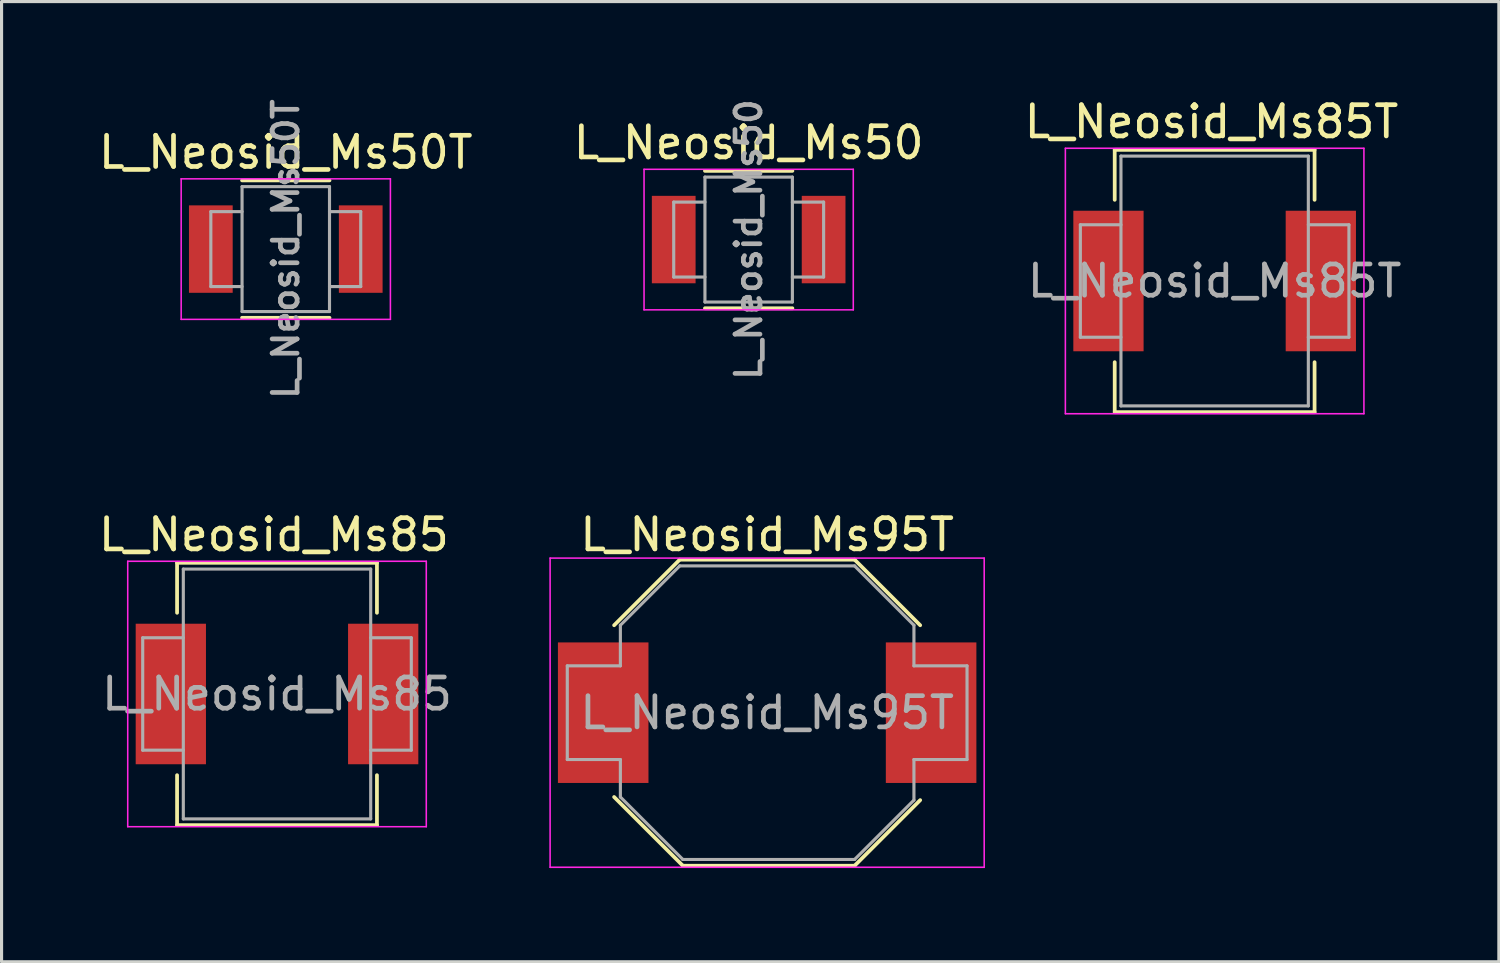
<source format=kicad_pcb>
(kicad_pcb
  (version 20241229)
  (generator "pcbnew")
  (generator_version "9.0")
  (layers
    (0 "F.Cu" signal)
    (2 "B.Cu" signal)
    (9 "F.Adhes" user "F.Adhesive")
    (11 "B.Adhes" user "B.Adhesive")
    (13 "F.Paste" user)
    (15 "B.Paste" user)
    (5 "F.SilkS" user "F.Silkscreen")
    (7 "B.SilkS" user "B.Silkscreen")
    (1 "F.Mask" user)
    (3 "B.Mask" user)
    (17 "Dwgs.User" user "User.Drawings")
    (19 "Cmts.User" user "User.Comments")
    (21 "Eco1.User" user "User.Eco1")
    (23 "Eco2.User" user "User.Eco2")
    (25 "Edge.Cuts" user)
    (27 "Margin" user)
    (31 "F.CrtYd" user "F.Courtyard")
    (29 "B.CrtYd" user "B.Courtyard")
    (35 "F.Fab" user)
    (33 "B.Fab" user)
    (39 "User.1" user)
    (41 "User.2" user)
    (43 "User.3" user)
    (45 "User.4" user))
  (footprint "L_Neosid_Ms50T"
    (layer "F.Cu")
    (at 6.101 4.926)
    (property "Reference" "L_Neosid_Ms50T" (at 0 -3.1 0) (layer "F.SilkS") (effects (font (size 1 1) (thickness 0.15))))
    (attr smd)
    (fp_line (start -1.4 2.2) (end 1.4 2.2) (stroke (width 0.12) (type solid)) (layer "F.SilkS"))
    (fp_line (start 1.4 -2.2) (end -1.4 -2.2) (stroke (width 0.12) (type solid)) (layer "F.SilkS"))
    (fp_line (start -3.35 -2.25) (end -3.35 2.25) (stroke (width 0.05) (type solid)) (layer "F.CrtYd"))
    (fp_line (start -3.35 -2.25) (end 3.35 -2.25) (stroke (width 0.05) (type solid)) (layer "F.CrtYd"))
    (fp_line (start 3.35 2.25) (end -3.35 2.25) (stroke (width 0.05) (type solid)) (layer "F.CrtYd"))
    (fp_line (start 3.35 2.25) (end 3.35 -2.25) (stroke (width 0.05) (type solid)) (layer "F.CrtYd"))
    (fp_line (start -2.4 -1.2) (end -2.4 1.2) (stroke (width 0.1) (type solid)) (layer "F.Fab"))
    (fp_line (start -2.4 -1.2) (end -1.4 -1.2) (stroke (width 0.1) (type solid)) (layer "F.Fab"))
    (fp_line (start -2.4 1.2) (end -1.4 1.2) (stroke (width 0.1) (type solid)) (layer "F.Fab"))
    (fp_line (start -1.4 -2) (end -1.4 2) (stroke (width 0.1) (type solid)) (layer "F.Fab"))
    (fp_line (start -1.4 2) (end 1.4 2) (stroke (width 0.1) (type solid)) (layer "F.Fab"))
    (fp_line (start 1.4 -2) (end -1.4 -2) (stroke (width 0.1) (type solid)) (layer "F.Fab"))
    (fp_line (start 1.4 1.2) (end 2.4 1.2) (stroke (width 0.1) (type solid)) (layer "F.Fab"))
    (fp_line (start 1.4 2) (end 1.4 -2) (stroke (width 0.1) (type solid)) (layer "F.Fab"))
    (fp_line (start 2.4 -1.2) (end 1.4 -1.2) (stroke (width 0.1) (type solid)) (layer "F.Fab"))
    (fp_line (start 2.4 1.2) (end 2.4 -1.2) (stroke (width 0.1) (type solid)) (layer "F.Fab"))
    (fp_text user "${REFERENCE}" (at 0 0 90) (layer "F.Fab") (effects (font (size 0.8 0.8) (thickness 0.15))))
    (pad "1" smd rect (at -2.4 0) (size 1.4 2.8) (layers "F.Cu" "F.Mask" "F.Paste"))
    (pad "2" smd rect (at 2.4 0) (size 1.4 2.8) (layers "F.Cu" "F.Mask" "F.Paste")))
  (footprint "L_Neosid_Ms85"
    (layer "F.Cu")
    (at 5.82 19.172)
    (property "Reference" "L_Neosid_Ms85" (at -0.1 -5.1 0) (layer "F.SilkS") (effects (font (size 1 1) (thickness 0.15))))
    (attr smd)
    (fp_line (start -3.2 -4.2) (end -3.2 -2.6) (stroke (width 0.12) (type solid)) (layer "F.SilkS"))
    (fp_line (start -3.2 2.6) (end -3.2 4.2) (stroke (width 0.12) (type solid)) (layer "F.SilkS"))
    (fp_line (start -3.2 4.2) (end 3.2 4.2) (stroke (width 0.12) (type solid)) (layer "F.SilkS"))
    (fp_line (start 3.2 -4.2) (end -3.2 -4.2) (stroke (width 0.12) (type solid)) (layer "F.SilkS"))
    (fp_line (start 3.2 -2.6) (end 3.2 -4.2) (stroke (width 0.12) (type solid)) (layer "F.SilkS"))
    (fp_line (start 3.2 4.2) (end 3.2 2.6) (stroke (width 0.12) (type solid)) (layer "F.SilkS"))
    (fp_line (start -4.78 -4.25) (end -4.78 4.25) (stroke (width 0.05) (type solid)) (layer "F.CrtYd"))
    (fp_line (start -4.78 -4.25) (end 4.78 -4.25) (stroke (width 0.05) (type solid)) (layer "F.CrtYd"))
    (fp_line (start 4.78 4.25) (end -4.78 4.25) (stroke (width 0.05) (type solid)) (layer "F.CrtYd"))
    (fp_line (start 4.78 4.25) (end 4.78 -4.25) (stroke (width 0.05) (type solid)) (layer "F.CrtYd"))
    (fp_line (start -4.3 -1.8) (end -4.3 1.8) (stroke (width 0.1) (type solid)) (layer "F.Fab"))
    (fp_line (start -4.3 -1.8) (end -3 -1.8) (stroke (width 0.1) (type solid)) (layer "F.Fab"))
    (fp_line (start -4.3 1.8) (end -3 1.8) (stroke (width 0.1) (type solid)) (layer "F.Fab"))
    (fp_line (start -3 -4) (end 3 -4) (stroke (width 0.1) (type solid)) (layer "F.Fab"))
    (fp_line (start -3 4) (end -3 -4) (stroke (width 0.1) (type solid)) (layer "F.Fab"))
    (fp_line (start 3 -4) (end 3 4) (stroke (width 0.1) (type solid)) (layer "F.Fab"))
    (fp_line (start 3 1.8) (end 4.3 1.8) (stroke (width 0.1) (type solid)) (layer "F.Fab"))
    (fp_line (start 3 4) (end -3 4) (stroke (width 0.1) (type solid)) (layer "F.Fab"))
    (fp_line (start 4.3 -1.8) (end 3 -1.8) (stroke (width 0.1) (type solid)) (layer "F.Fab"))
    (fp_line (start 4.3 1.8) (end 4.3 -1.8) (stroke (width 0.1) (type solid)) (layer "F.Fab"))
    (fp_text user "${REFERENCE}" (at 0 0 0) (layer "F.Fab") (effects (font (size 1 1) (thickness 0.15))))
    (pad "1" smd rect (at -3.4 0) (size 2.25 4.5) (layers "F.Cu" "F.Mask" "F.Paste"))
    (pad "2" smd rect (at 3.4 0) (size 2.25 4.5) (layers "F.Cu" "F.Mask" "F.Paste")))
  (footprint "L_Neosid_Ms85T"
    (layer "F.Cu")
    (at 35.844 5.948)
    (property "Reference" "L_Neosid_Ms85T" (at -0.1 -5.1 0) (layer "F.SilkS") (effects (font (size 1 1) (thickness 0.15))))
    (attr smd)
    (fp_line (start -3.2 -4.2) (end -3.2 -2.6) (stroke (width 0.12) (type solid)) (layer "F.SilkS"))
    (fp_line (start -3.2 2.6) (end -3.2 4.2) (stroke (width 0.12) (type solid)) (layer "F.SilkS"))
    (fp_line (start -3.2 4.2) (end 3.2 4.2) (stroke (width 0.12) (type solid)) (layer "F.SilkS"))
    (fp_line (start 3.2 -4.2) (end -3.2 -4.2) (stroke (width 0.12) (type solid)) (layer "F.SilkS"))
    (fp_line (start 3.2 -2.6) (end 3.2 -4.2) (stroke (width 0.12) (type solid)) (layer "F.SilkS"))
    (fp_line (start 3.2 4.2) (end 3.2 2.6) (stroke (width 0.12) (type solid)) (layer "F.SilkS"))
    (fp_line (start -4.78 -4.25) (end -4.78 4.25) (stroke (width 0.05) (type solid)) (layer "F.CrtYd"))
    (fp_line (start -4.78 -4.25) (end 4.78 -4.25) (stroke (width 0.05) (type solid)) (layer "F.CrtYd"))
    (fp_line (start 4.78 4.25) (end -4.78 4.25) (stroke (width 0.05) (type solid)) (layer "F.CrtYd"))
    (fp_line (start 4.78 4.25) (end 4.78 -4.25) (stroke (width 0.05) (type solid)) (layer "F.CrtYd"))
    (fp_line (start -4.3 -1.8) (end -4.3 1.8) (stroke (width 0.1) (type solid)) (layer "F.Fab"))
    (fp_line (start -4.3 -1.8) (end -3 -1.8) (stroke (width 0.1) (type solid)) (layer "F.Fab"))
    (fp_line (start -4.3 1.8) (end -3 1.8) (stroke (width 0.1) (type solid)) (layer "F.Fab"))
    (fp_line (start -3 -4) (end 3 -4) (stroke (width 0.1) (type solid)) (layer "F.Fab"))
    (fp_line (start -3 4) (end -3 -4) (stroke (width 0.1) (type solid)) (layer "F.Fab"))
    (fp_line (start 3 -4) (end 3 4) (stroke (width 0.1) (type solid)) (layer "F.Fab"))
    (fp_line (start 3 1.8) (end 4.3 1.8) (stroke (width 0.1) (type solid)) (layer "F.Fab"))
    (fp_line (start 3 4) (end -3 4) (stroke (width 0.1) (type solid)) (layer "F.Fab"))
    (fp_line (start 4.3 -1.8) (end 3 -1.8) (stroke (width 0.1) (type solid)) (layer "F.Fab"))
    (fp_line (start 4.3 1.8) (end 4.3 -1.8) (stroke (width 0.1) (type solid)) (layer "F.Fab"))
    (fp_text user "${REFERENCE}" (at 0 0 0) (layer "F.Fab") (effects (font (size 1 1) (thickness 0.15))))
    (pad "1" smd rect (at -3.4 0) (size 2.25 4.5) (layers "F.Cu" "F.Mask" "F.Paste"))
    (pad "2" smd rect (at 3.4 0) (size 2.25 4.5) (layers "F.Cu" "F.Mask" "F.Paste")))
  (footprint "L_Neosid_Ms95T"
    (layer "F.Cu")
    (at 21.515 19.771)
    (property "Reference" "L_Neosid_Ms95T" (at 0 -5.7 0) (layer "F.SilkS") (effects (font (size 1 1) (thickness 0.15))))
    (attr smd)
    (fp_line (start -4.9 -2.8) (end -2.8 -4.9) (stroke (width 0.12) (type solid)) (layer "F.SilkS"))
    (fp_line (start -2.8 -4.9) (end 2.8 -4.9) (stroke (width 0.12) (type solid)) (layer "F.SilkS"))
    (fp_line (start -2.7 4.9) (end -4.9 2.7) (stroke (width 0.12) (type solid)) (layer "F.SilkS"))
    (fp_line (start -2.7 4.9) (end 2.8 4.9) (stroke (width 0.12) (type solid)) (layer "F.SilkS"))
    (fp_line (start 2.8 -4.9) (end 4.9 -2.8) (stroke (width 0.12) (type solid)) (layer "F.SilkS"))
    (fp_line (start 2.8 4.9) (end 4.9 2.8) (stroke (width 0.12) (type solid)) (layer "F.SilkS"))
    (fp_line (start -6.95 -4.95) (end -6.95 4.95) (stroke (width 0.05) (type solid)) (layer "F.CrtYd"))
    (fp_line (start -6.95 -4.95) (end 6.95 -4.95) (stroke (width 0.05) (type solid)) (layer "F.CrtYd"))
    (fp_line (start 6.95 4.95) (end -6.95 4.95) (stroke (width 0.05) (type solid)) (layer "F.CrtYd"))
    (fp_line (start 6.95 4.95) (end 6.95 -4.95) (stroke (width 0.05) (type solid)) (layer "F.CrtYd"))
    (fp_line (start -6.4 -1.5) (end -6.4 1.5) (stroke (width 0.1) (type solid)) (layer "F.Fab"))
    (fp_line (start -6.4 -1.5) (end -4.7 -1.5) (stroke (width 0.1) (type solid)) (layer "F.Fab"))
    (fp_line (start -6.4 1.5) (end -4.7 1.5) (stroke (width 0.1) (type solid)) (layer "F.Fab"))
    (fp_line (start -4.7 -1.5) (end -4.7 -2.8) (stroke (width 0.1) (type solid)) (layer "F.Fab"))
    (fp_line (start -4.7 1.5) (end -4.7 2.7) (stroke (width 0.1) (type solid)) (layer "F.Fab"))
    (fp_line (start -4.7 2.7) (end -2.7 4.7) (stroke (width 0.1) (type solid)) (layer "F.Fab"))
    (fp_line (start -2.8 -4.7) (end -4.7 -2.8) (stroke (width 0.1) (type solid)) (layer "F.Fab"))
    (fp_line (start 2.8 -4.7) (end -2.8 -4.7) (stroke (width 0.1) (type solid)) (layer "F.Fab"))
    (fp_line (start 2.8 4.7) (end -2.7 4.7) (stroke (width 0.1) (type solid)) (layer "F.Fab"))
    (fp_line (start 4.7 -2.8) (end 2.8 -4.7) (stroke (width 0.1) (type solid)) (layer "F.Fab"))
    (fp_line (start 4.7 -1.5) (end 4.7 -2.8) (stroke (width 0.1) (type solid)) (layer "F.Fab"))
    (fp_line (start 4.7 1.5) (end 6.4 1.5) (stroke (width 0.1) (type solid)) (layer "F.Fab"))
    (fp_line (start 4.7 2.8) (end 2.8 4.7) (stroke (width 0.1) (type solid)) (layer "F.Fab"))
    (fp_line (start 4.7 2.8) (end 4.7 1.5) (stroke (width 0.1) (type solid)) (layer "F.Fab"))
    (fp_line (start 6.4 -1.5) (end 4.7 -1.5) (stroke (width 0.1) (type solid)) (layer "F.Fab"))
    (fp_line (start 6.4 1.5) (end 6.4 -1.5) (stroke (width 0.1) (type solid)) (layer "F.Fab"))
    (fp_text user "${REFERENCE}" (at 0 0 0) (layer "F.Fab") (effects (font (size 1 1) (thickness 0.15))))
    (pad "1" smd rect (at -5.25 0) (size 2.9 4.5) (layers "F.Cu" "F.Mask" "F.Paste"))
    (pad "2" smd rect (at 5.25 0) (size 2.9 4.5) (layers "F.Cu" "F.Mask" "F.Paste")))
  (footprint "L_Neosid_Ms50"
    (layer "F.Cu")
    (at 20.923 4.621)
    (property "Reference" "L_Neosid_Ms50" (at 0 -3.1 0) (layer "F.SilkS") (effects (font (size 1 1) (thickness 0.15))))
    (attr smd)
    (fp_line (start -1.4 2.2) (end 1.4 2.2) (stroke (width 0.12) (type solid)) (layer "F.SilkS"))
    (fp_line (start 1.4 -2.2) (end -1.4 -2.2) (stroke (width 0.12) (type solid)) (layer "F.SilkS"))
    (fp_line (start -3.35 -2.25) (end -3.35 2.25) (stroke (width 0.05) (type solid)) (layer "F.CrtYd"))
    (fp_line (start -3.35 -2.25) (end 3.35 -2.25) (stroke (width 0.05) (type solid)) (layer "F.CrtYd"))
    (fp_line (start 3.35 2.25) (end -3.35 2.25) (stroke (width 0.05) (type solid)) (layer "F.CrtYd"))
    (fp_line (start 3.35 2.25) (end 3.35 -2.25) (stroke (width 0.05) (type solid)) (layer "F.CrtYd"))
    (fp_line (start -2.4 -1.2) (end -2.4 1.2) (stroke (width 0.1) (type solid)) (layer "F.Fab"))
    (fp_line (start -2.4 -1.2) (end -1.4 -1.2) (stroke (width 0.1) (type solid)) (layer "F.Fab"))
    (fp_line (start -2.4 1.2) (end -1.4 1.2) (stroke (width 0.1) (type solid)) (layer "F.Fab"))
    (fp_line (start -1.4 -2) (end -1.4 2) (stroke (width 0.1) (type solid)) (layer "F.Fab"))
    (fp_line (start -1.4 2) (end 1.4 2) (stroke (width 0.1) (type solid)) (layer "F.Fab"))
    (fp_line (start 1.4 -2) (end -1.4 -2) (stroke (width 0.1) (type solid)) (layer "F.Fab"))
    (fp_line (start 1.4 1.2) (end 2.4 1.2) (stroke (width 0.1) (type solid)) (layer "F.Fab"))
    (fp_line (start 1.4 2) (end 1.4 -2) (stroke (width 0.1) (type solid)) (layer "F.Fab"))
    (fp_line (start 2.4 -1.2) (end 1.4 -1.2) (stroke (width 0.1) (type solid)) (layer "F.Fab"))
    (fp_line (start 2.4 1.2) (end 2.4 -1.2) (stroke (width 0.1) (type solid)) (layer "F.Fab"))
    (fp_text user "${REFERENCE}" (at 0 0 90) (layer "F.Fab") (effects (font (size 0.8 0.8) (thickness 0.15))))
    (pad "1" smd rect (at -2.4 0) (size 1.4 2.8) (layers "F.Cu" "F.Mask" "F.Paste"))
    (pad "2" smd rect (at 2.4 0) (size 1.4 2.8) (layers "F.Cu" "F.Mask" "F.Paste")))
  (gr_rect
    (start -3 -3)
    (end 44.945 27.747)
    (stroke (width 0.1) (type default))
    (fill no)
    (layer "Edge.Cuts")))
</source>
